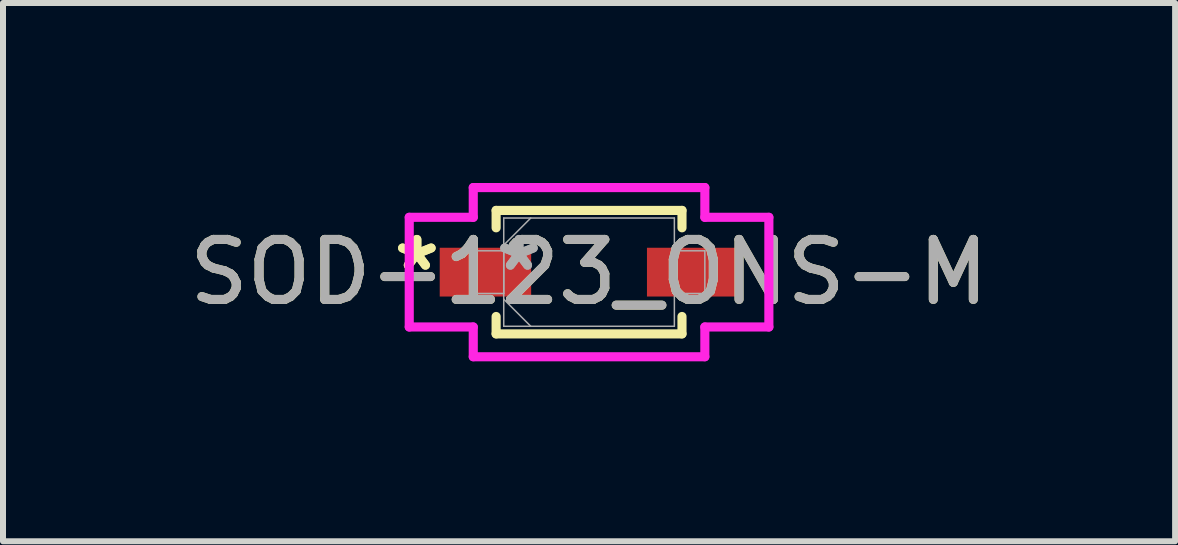
<source format=kicad_pcb>
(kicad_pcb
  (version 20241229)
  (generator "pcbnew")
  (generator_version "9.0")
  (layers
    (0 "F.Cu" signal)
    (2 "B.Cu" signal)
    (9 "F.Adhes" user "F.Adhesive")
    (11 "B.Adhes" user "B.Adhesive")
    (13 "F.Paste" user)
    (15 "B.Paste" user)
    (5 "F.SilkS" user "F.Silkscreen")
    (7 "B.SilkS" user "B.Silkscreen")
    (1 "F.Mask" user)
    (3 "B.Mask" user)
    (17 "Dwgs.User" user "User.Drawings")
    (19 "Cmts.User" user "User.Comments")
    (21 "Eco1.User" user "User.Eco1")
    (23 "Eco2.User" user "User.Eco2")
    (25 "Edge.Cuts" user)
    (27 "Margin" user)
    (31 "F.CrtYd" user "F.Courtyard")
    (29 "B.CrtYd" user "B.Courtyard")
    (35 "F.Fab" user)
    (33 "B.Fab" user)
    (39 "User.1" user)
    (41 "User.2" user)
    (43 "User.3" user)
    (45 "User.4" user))
  (footprint "SOD-123_ONS-M"
    (layer "F.Cu")
    (at 6.768 1.486)
    (property "Reference" "SOD-123_ONS-M" (at 0 0 0) (unlocked yes) (layer "F.SilkS") (effects (font (size 1 1) (thickness 0.15))))
    (attr smd)
    (fp_line (start -1.549 -1.029) (end -1.549 -0.739) (stroke (width 0.152) (type solid)) (layer "F.SilkS"))
    (fp_line (start -1.549 0.739) (end -1.549 1.029) (stroke (width 0.152) (type solid)) (layer "F.SilkS"))
    (fp_line (start -1.549 1.029) (end 1.549 1.029) (stroke (width 0.152) (type solid)) (layer "F.SilkS"))
    (fp_line (start 1.549 -1.029) (end -1.549 -1.029) (stroke (width 0.152) (type solid)) (layer "F.SilkS"))
    (fp_line (start 1.549 -0.739) (end 1.549 -1.029) (stroke (width 0.152) (type solid)) (layer "F.SilkS"))
    (fp_line (start 1.549 1.029) (end 1.549 0.739) (stroke (width 0.152) (type solid)) (layer "F.SilkS"))
    (fp_line (start -2.997 -0.914) (end -1.93 -0.914) (stroke (width 0.152) (type solid)) (layer "F.CrtYd"))
    (fp_line (start -2.997 0.914) (end -2.997 -0.914) (stroke (width 0.152) (type solid)) (layer "F.CrtYd"))
    (fp_line (start -1.93 -1.41) (end 1.93 -1.41) (stroke (width 0.152) (type solid)) (layer "F.CrtYd"))
    (fp_line (start -1.93 -0.914) (end -1.93 -1.41) (stroke (width 0.152) (type solid)) (layer "F.CrtYd"))
    (fp_line (start -1.93 0.914) (end -2.997 0.914) (stroke (width 0.152) (type solid)) (layer "F.CrtYd"))
    (fp_line (start -1.93 1.41) (end -1.93 0.914) (stroke (width 0.152) (type solid)) (layer "F.CrtYd"))
    (fp_line (start 1.93 -1.41) (end 1.93 -0.914) (stroke (width 0.152) (type solid)) (layer "F.CrtYd"))
    (fp_line (start 1.93 -0.914) (end 2.997 -0.914) (stroke (width 0.152) (type solid)) (layer "F.CrtYd"))
    (fp_line (start 1.93 0.914) (end 1.93 1.41) (stroke (width 0.152) (type solid)) (layer "F.CrtYd"))
    (fp_line (start 1.93 1.41) (end -1.93 1.41) (stroke (width 0.152) (type solid)) (layer "F.CrtYd"))
    (fp_line (start 2.997 -0.914) (end 2.997 0.914) (stroke (width 0.152) (type solid)) (layer "F.CrtYd"))
    (fp_line (start 2.997 0.914) (end 1.93 0.914) (stroke (width 0.152) (type solid)) (layer "F.CrtYd"))
    (fp_line (start -1.93 -0.356) (end -1.93 0.356) (stroke (width 0.025) (type solid)) (layer "F.Fab"))
    (fp_line (start -1.93 0.356) (end -1.422 0.356) (stroke (width 0.025) (type solid)) (layer "F.Fab"))
    (fp_line (start -1.422 -0.902) (end -1.422 0.902) (stroke (width 0.025) (type solid)) (layer "F.Fab"))
    (fp_line (start -1.422 -0.451) (end -0.972 -0.902) (stroke (width 0.025) (type solid)) (layer "F.Fab"))
    (fp_line (start -1.422 -0.356) (end -1.93 -0.356) (stroke (width 0.025) (type solid)) (layer "F.Fab"))
    (fp_line (start -1.422 0.356) (end -1.422 -0.356) (stroke (width 0.025) (type solid)) (layer "F.Fab"))
    (fp_line (start -1.422 0.451) (end -0.972 0.902) (stroke (width 0.025) (type solid)) (layer "F.Fab"))
    (fp_line (start -1.422 0.902) (end 1.422 0.902) (stroke (width 0.025) (type solid)) (layer "F.Fab"))
    (fp_line (start 1.422 -0.902) (end -1.422 -0.902) (stroke (width 0.025) (type solid)) (layer "F.Fab"))
    (fp_line (start 1.422 -0.356) (end 1.422 0.356) (stroke (width 0.025) (type solid)) (layer "F.Fab"))
    (fp_line (start 1.422 0.356) (end 1.93 0.356) (stroke (width 0.025) (type solid)) (layer "F.Fab"))
    (fp_line (start 1.422 0.902) (end 1.422 -0.902) (stroke (width 0.025) (type solid)) (layer "F.Fab"))
    (fp_line (start 1.93 -0.356) (end 1.422 -0.356) (stroke (width 0.025) (type solid)) (layer "F.Fab"))
    (fp_line (start 1.93 0.356) (end 1.93 -0.356) (stroke (width 0.025) (type solid)) (layer "F.Fab"))
    (fp_text user "*" (at -2.87 0 0) (unlocked yes) (layer "F.SilkS") (effects (font (size 1 1) (thickness 0.15))))
    (fp_text user "*" (at -2.87 0 0) (layer "F.SilkS") (effects (font (size 1 1) (thickness 0.15))))
    (fp_text user "${REFERENCE}" (at 0 0 0) (unlocked yes) (layer "F.Fab") (effects (font (size 1 1) (thickness 0.15))))
    (fp_text user "*" (at -1.168 0 0) (unlocked yes) (layer "F.Fab") (effects (font (size 1 1) (thickness 0.15))))
    (fp_text user "*" (at -1.168 0 0) (layer "F.Fab") (effects (font (size 1 1) (thickness 0.15))))
    (pad "1" smd rect (at -1.727 0) (size 1.524 0.813) (layers "F.Cu" "F.Mask" "F.Paste"))
    (pad "2" smd rect (at 1.727 0) (size 1.524 0.813) (layers "F.Cu" "F.Mask" "F.Paste")))
  (gr_rect
    (start -3 -3)
    (end 16.536 5.972)
    (stroke (width 0.1) (type default))
    (fill no)
    (layer "Edge.Cuts")))
</source>
